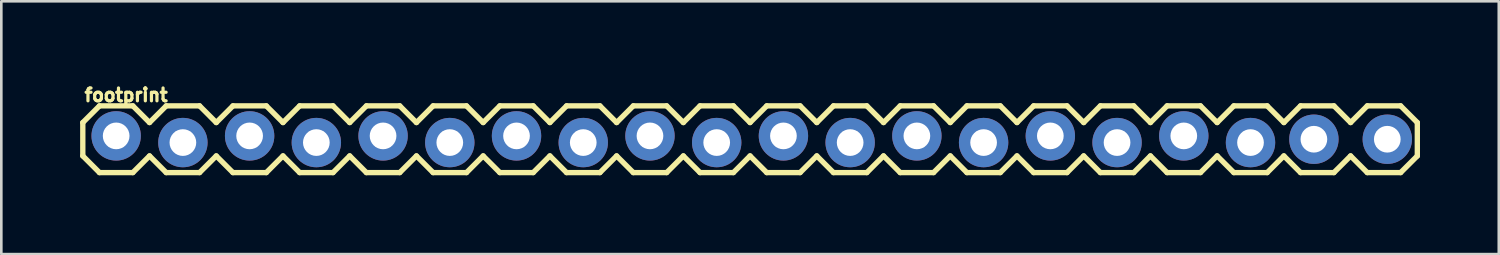
<source format=kicad_pcb>
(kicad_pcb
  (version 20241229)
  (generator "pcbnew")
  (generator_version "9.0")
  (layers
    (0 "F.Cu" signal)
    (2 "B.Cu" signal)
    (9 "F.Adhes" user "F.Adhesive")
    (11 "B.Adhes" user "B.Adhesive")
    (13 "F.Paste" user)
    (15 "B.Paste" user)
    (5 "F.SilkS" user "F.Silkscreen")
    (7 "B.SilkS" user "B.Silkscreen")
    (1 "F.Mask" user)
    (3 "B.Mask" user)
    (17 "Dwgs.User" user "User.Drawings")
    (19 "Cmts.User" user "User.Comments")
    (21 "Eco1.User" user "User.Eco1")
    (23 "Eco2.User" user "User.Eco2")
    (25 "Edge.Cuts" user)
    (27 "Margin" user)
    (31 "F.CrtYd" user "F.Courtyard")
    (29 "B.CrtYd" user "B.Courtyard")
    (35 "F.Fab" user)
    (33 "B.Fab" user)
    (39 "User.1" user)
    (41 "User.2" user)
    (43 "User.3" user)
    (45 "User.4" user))
  (footprint "footprint"
    (layer "F.Cu")
    (at 1.372 2.25)
    (property "Reference" "footprint" (at -1.27 -1.397 0) (layer "F.SilkS") (effects (font (size 0.488 0.488) (thickness 0.122)) (justify left bottom)))
    (fp_line (start -1.27 -0.635) (end -1.27 0.635) (stroke (width 0.203) (type solid)) (layer "F.SilkS"))
    (fp_line (start -1.27 0.635) (end -0.635 1.27) (stroke (width 0.203) (type solid)) (layer "F.SilkS"))
    (fp_line (start -0.635 -1.27) (end -1.27 -0.635) (stroke (width 0.203) (type solid)) (layer "F.SilkS"))
    (fp_line (start -0.635 -1.27) (end 0.635 -1.27) (stroke (width 0.203) (type solid)) (layer "F.SilkS"))
    (fp_line (start 0.635 -1.27) (end 1.27 -0.635) (stroke (width 0.203) (type solid)) (layer "F.SilkS"))
    (fp_line (start 0.635 1.27) (end -0.635 1.27) (stroke (width 0.203) (type solid)) (layer "F.SilkS"))
    (fp_line (start 1.27 -0.635) (end 1.905 -1.27) (stroke (width 0.203) (type solid)) (layer "F.SilkS"))
    (fp_line (start 1.27 0.635) (end 0.635 1.27) (stroke (width 0.203) (type solid)) (layer "F.SilkS"))
    (fp_line (start 1.905 -1.27) (end 3.175 -1.27) (stroke (width 0.203) (type solid)) (layer "F.SilkS"))
    (fp_line (start 1.905 1.27) (end 1.27 0.635) (stroke (width 0.203) (type solid)) (layer "F.SilkS"))
    (fp_line (start 3.175 -1.27) (end 3.81 -0.635) (stroke (width 0.203) (type solid)) (layer "F.SilkS"))
    (fp_line (start 3.175 1.27) (end 1.905 1.27) (stroke (width 0.203) (type solid)) (layer "F.SilkS"))
    (fp_line (start 3.81 -0.635) (end 4.445 -1.27) (stroke (width 0.203) (type solid)) (layer "F.SilkS"))
    (fp_line (start 3.81 0.635) (end 3.175 1.27) (stroke (width 0.203) (type solid)) (layer "F.SilkS"))
    (fp_line (start 4.445 -1.27) (end 5.715 -1.27) (stroke (width 0.203) (type solid)) (layer "F.SilkS"))
    (fp_line (start 4.445 1.27) (end 3.81 0.635) (stroke (width 0.203) (type solid)) (layer "F.SilkS"))
    (fp_line (start 5.715 -1.27) (end 6.35 -0.635) (stroke (width 0.203) (type solid)) (layer "F.SilkS"))
    (fp_line (start 5.715 1.27) (end 4.445 1.27) (stroke (width 0.203) (type solid)) (layer "F.SilkS"))
    (fp_line (start 6.35 0.635) (end 5.715 1.27) (stroke (width 0.203) (type solid)) (layer "F.SilkS"))
    (fp_line (start 6.35 0.635) (end 6.985 1.27) (stroke (width 0.203) (type solid)) (layer "F.SilkS"))
    (fp_line (start 6.985 -1.27) (end 6.35 -0.635) (stroke (width 0.203) (type solid)) (layer "F.SilkS"))
    (fp_line (start 6.985 -1.27) (end 8.255 -1.27) (stroke (width 0.203) (type solid)) (layer "F.SilkS"))
    (fp_line (start 8.255 -1.27) (end 8.89 -0.635) (stroke (width 0.203) (type solid)) (layer "F.SilkS"))
    (fp_line (start 8.255 1.27) (end 6.985 1.27) (stroke (width 0.203) (type solid)) (layer "F.SilkS"))
    (fp_line (start 8.89 -0.635) (end 9.525 -1.27) (stroke (width 0.203) (type solid)) (layer "F.SilkS"))
    (fp_line (start 8.89 0.635) (end 8.255 1.27) (stroke (width 0.203) (type solid)) (layer "F.SilkS"))
    (fp_line (start 9.525 -1.27) (end 10.795 -1.27) (stroke (width 0.203) (type solid)) (layer "F.SilkS"))
    (fp_line (start 9.525 1.27) (end 8.89 0.635) (stroke (width 0.203) (type solid)) (layer "F.SilkS"))
    (fp_line (start 10.795 -1.27) (end 11.43 -0.635) (stroke (width 0.203) (type solid)) (layer "F.SilkS"))
    (fp_line (start 10.795 1.27) (end 9.525 1.27) (stroke (width 0.203) (type solid)) (layer "F.SilkS"))
    (fp_line (start 11.43 -0.635) (end 12.065 -1.27) (stroke (width 0.203) (type solid)) (layer "F.SilkS"))
    (fp_line (start 11.43 0.635) (end 10.795 1.27) (stroke (width 0.203) (type solid)) (layer "F.SilkS"))
    (fp_line (start 12.065 -1.27) (end 13.335 -1.27) (stroke (width 0.203) (type solid)) (layer "F.SilkS"))
    (fp_line (start 12.065 1.27) (end 11.43 0.635) (stroke (width 0.203) (type solid)) (layer "F.SilkS"))
    (fp_line (start 13.335 -1.27) (end 13.97 -0.635) (stroke (width 0.203) (type solid)) (layer "F.SilkS"))
    (fp_line (start 13.335 1.27) (end 12.065 1.27) (stroke (width 0.203) (type solid)) (layer "F.SilkS"))
    (fp_line (start 13.97 0.635) (end 13.335 1.27) (stroke (width 0.203) (type solid)) (layer "F.SilkS"))
    (fp_line (start 13.97 0.635) (end 14.605 1.27) (stroke (width 0.203) (type solid)) (layer "F.SilkS"))
    (fp_line (start 14.605 -1.27) (end 13.97 -0.635) (stroke (width 0.203) (type solid)) (layer "F.SilkS"))
    (fp_line (start 14.605 -1.27) (end 15.875 -1.27) (stroke (width 0.203) (type solid)) (layer "F.SilkS"))
    (fp_line (start 15.875 -1.27) (end 16.51 -0.635) (stroke (width 0.203) (type solid)) (layer "F.SilkS"))
    (fp_line (start 15.875 1.27) (end 14.605 1.27) (stroke (width 0.203) (type solid)) (layer "F.SilkS"))
    (fp_line (start 16.51 0.635) (end 15.875 1.27) (stroke (width 0.203) (type solid)) (layer "F.SilkS"))
    (fp_line (start 16.51 0.635) (end 17.145 1.27) (stroke (width 0.203) (type solid)) (layer "F.SilkS"))
    (fp_line (start 17.145 -1.27) (end 16.51 -0.635) (stroke (width 0.203) (type solid)) (layer "F.SilkS"))
    (fp_line (start 17.145 -1.27) (end 18.415 -1.27) (stroke (width 0.203) (type solid)) (layer "F.SilkS"))
    (fp_line (start 18.415 -1.27) (end 19.05 -0.635) (stroke (width 0.203) (type solid)) (layer "F.SilkS"))
    (fp_line (start 18.415 1.27) (end 17.145 1.27) (stroke (width 0.203) (type solid)) (layer "F.SilkS"))
    (fp_line (start 19.05 -0.635) (end 19.685 -1.27) (stroke (width 0.203) (type solid)) (layer "F.SilkS"))
    (fp_line (start 19.05 0.635) (end 18.415 1.27) (stroke (width 0.203) (type solid)) (layer "F.SilkS"))
    (fp_line (start 19.685 -1.27) (end 20.955 -1.27) (stroke (width 0.203) (type solid)) (layer "F.SilkS"))
    (fp_line (start 19.685 1.27) (end 19.05 0.635) (stroke (width 0.203) (type solid)) (layer "F.SilkS"))
    (fp_line (start 20.955 -1.27) (end 21.59 -0.635) (stroke (width 0.203) (type solid)) (layer "F.SilkS"))
    (fp_line (start 20.955 1.27) (end 19.685 1.27) (stroke (width 0.203) (type solid)) (layer "F.SilkS"))
    (fp_line (start 21.59 -0.635) (end 22.225 -1.27) (stroke (width 0.203) (type solid)) (layer "F.SilkS"))
    (fp_line (start 21.59 0.635) (end 20.955 1.27) (stroke (width 0.203) (type solid)) (layer "F.SilkS"))
    (fp_line (start 22.225 -1.27) (end 23.495 -1.27) (stroke (width 0.203) (type solid)) (layer "F.SilkS"))
    (fp_line (start 22.225 1.27) (end 21.59 0.635) (stroke (width 0.203) (type solid)) (layer "F.SilkS"))
    (fp_line (start 23.495 -1.27) (end 24.13 -0.635) (stroke (width 0.203) (type solid)) (layer "F.SilkS"))
    (fp_line (start 23.495 1.27) (end 22.225 1.27) (stroke (width 0.203) (type solid)) (layer "F.SilkS"))
    (fp_line (start 24.13 0.635) (end 23.495 1.27) (stroke (width 0.203) (type solid)) (layer "F.SilkS"))
    (fp_line (start 24.13 0.635) (end 24.765 1.27) (stroke (width 0.203) (type solid)) (layer "F.SilkS"))
    (fp_line (start 24.765 -1.27) (end 24.13 -0.635) (stroke (width 0.203) (type solid)) (layer "F.SilkS"))
    (fp_line (start 24.765 -1.27) (end 26.035 -1.27) (stroke (width 0.203) (type solid)) (layer "F.SilkS"))
    (fp_line (start 26.035 -1.27) (end 26.67 -0.635) (stroke (width 0.203) (type solid)) (layer "F.SilkS"))
    (fp_line (start 26.035 1.27) (end 24.765 1.27) (stroke (width 0.203) (type solid)) (layer "F.SilkS"))
    (fp_line (start 26.67 -0.635) (end 27.305 -1.27) (stroke (width 0.203) (type solid)) (layer "F.SilkS"))
    (fp_line (start 26.67 0.635) (end 26.035 1.27) (stroke (width 0.203) (type solid)) (layer "F.SilkS"))
    (fp_line (start 27.305 -1.27) (end 28.575 -1.27) (stroke (width 0.203) (type solid)) (layer "F.SilkS"))
    (fp_line (start 27.305 1.27) (end 26.67 0.635) (stroke (width 0.203) (type solid)) (layer "F.SilkS"))
    (fp_line (start 28.575 -1.27) (end 29.21 -0.635) (stroke (width 0.203) (type solid)) (layer "F.SilkS"))
    (fp_line (start 28.575 1.27) (end 27.305 1.27) (stroke (width 0.203) (type solid)) (layer "F.SilkS"))
    (fp_line (start 29.21 -0.635) (end 29.845 -1.27) (stroke (width 0.203) (type solid)) (layer "F.SilkS"))
    (fp_line (start 29.21 0.635) (end 28.575 1.27) (stroke (width 0.203) (type solid)) (layer "F.SilkS"))
    (fp_line (start 29.845 -1.27) (end 31.115 -1.27) (stroke (width 0.203) (type solid)) (layer "F.SilkS"))
    (fp_line (start 29.845 1.27) (end 29.21 0.635) (stroke (width 0.203) (type solid)) (layer "F.SilkS"))
    (fp_line (start 31.115 -1.27) (end 31.75 -0.635) (stroke (width 0.203) (type solid)) (layer "F.SilkS"))
    (fp_line (start 31.115 1.27) (end 29.845 1.27) (stroke (width 0.203) (type solid)) (layer "F.SilkS"))
    (fp_line (start 31.75 0.635) (end 31.115 1.27) (stroke (width 0.203) (type solid)) (layer "F.SilkS"))
    (fp_line (start 31.75 0.635) (end 32.385 1.27) (stroke (width 0.203) (type solid)) (layer "F.SilkS"))
    (fp_line (start 32.385 -1.27) (end 31.75 -0.635) (stroke (width 0.203) (type solid)) (layer "F.SilkS"))
    (fp_line (start 32.385 -1.27) (end 33.655 -1.27) (stroke (width 0.203) (type solid)) (layer "F.SilkS"))
    (fp_line (start 33.655 -1.27) (end 34.29 -0.635) (stroke (width 0.203) (type solid)) (layer "F.SilkS"))
    (fp_line (start 33.655 1.27) (end 32.385 1.27) (stroke (width 0.203) (type solid)) (layer "F.SilkS"))
    (fp_line (start 34.29 0.635) (end 33.655 1.27) (stroke (width 0.203) (type solid)) (layer "F.SilkS"))
    (fp_line (start 34.29 0.635) (end 34.925 1.27) (stroke (width 0.203) (type solid)) (layer "F.SilkS"))
    (fp_line (start 34.925 -1.27) (end 34.29 -0.635) (stroke (width 0.203) (type solid)) (layer "F.SilkS"))
    (fp_line (start 34.925 -1.27) (end 36.195 -1.27) (stroke (width 0.203) (type solid)) (layer "F.SilkS"))
    (fp_line (start 36.195 -1.27) (end 36.83 -0.635) (stroke (width 0.203) (type solid)) (layer "F.SilkS"))
    (fp_line (start 36.195 1.27) (end 34.925 1.27) (stroke (width 0.203) (type solid)) (layer "F.SilkS"))
    (fp_line (start 36.83 0.635) (end 36.195 1.27) (stroke (width 0.203) (type solid)) (layer "F.SilkS"))
    (fp_line (start 36.83 0.635) (end 37.465 1.27) (stroke (width 0.203) (type solid)) (layer "F.SilkS"))
    (fp_line (start 37.465 -1.27) (end 36.83 -0.635) (stroke (width 0.203) (type solid)) (layer "F.SilkS"))
    (fp_line (start 37.465 -1.27) (end 38.735 -1.27) (stroke (width 0.203) (type solid)) (layer "F.SilkS"))
    (fp_line (start 38.735 -1.27) (end 39.37 -0.635) (stroke (width 0.203) (type solid)) (layer "F.SilkS"))
    (fp_line (start 38.735 1.27) (end 37.465 1.27) (stroke (width 0.203) (type solid)) (layer "F.SilkS"))
    (fp_line (start 39.37 0.635) (end 38.735 1.27) (stroke (width 0.203) (type solid)) (layer "F.SilkS"))
    (fp_line (start 39.37 0.635) (end 40.005 1.27) (stroke (width 0.203) (type solid)) (layer "F.SilkS"))
    (fp_line (start 40.005 -1.27) (end 39.37 -0.635) (stroke (width 0.203) (type solid)) (layer "F.SilkS"))
    (fp_line (start 40.005 -1.27) (end 41.275 -1.27) (stroke (width 0.203) (type solid)) (layer "F.SilkS"))
    (fp_line (start 41.275 -1.27) (end 41.91 -0.635) (stroke (width 0.203) (type solid)) (layer "F.SilkS"))
    (fp_line (start 41.275 1.27) (end 40.005 1.27) (stroke (width 0.203) (type solid)) (layer "F.SilkS"))
    (fp_line (start 41.91 0.635) (end 41.275 1.27) (stroke (width 0.203) (type solid)) (layer "F.SilkS"))
    (fp_line (start 41.91 0.635) (end 42.545 1.27) (stroke (width 0.203) (type solid)) (layer "F.SilkS"))
    (fp_line (start 42.545 -1.27) (end 41.91 -0.635) (stroke (width 0.203) (type solid)) (layer "F.SilkS"))
    (fp_line (start 42.545 -1.27) (end 43.815 -1.27) (stroke (width 0.203) (type solid)) (layer "F.SilkS"))
    (fp_line (start 43.815 -1.27) (end 44.45 -0.635) (stroke (width 0.203) (type solid)) (layer "F.SilkS"))
    (fp_line (start 43.815 1.27) (end 42.545 1.27) (stroke (width 0.203) (type solid)) (layer "F.SilkS"))
    (fp_line (start 44.45 0.635) (end 43.815 1.27) (stroke (width 0.203) (type solid)) (layer "F.SilkS"))
    (fp_line (start 44.45 0.635) (end 45.085 1.27) (stroke (width 0.203) (type solid)) (layer "F.SilkS"))
    (fp_line (start 45.085 -1.27) (end 44.45 -0.635) (stroke (width 0.203) (type solid)) (layer "F.SilkS"))
    (fp_line (start 45.085 -1.27) (end 46.355 -1.27) (stroke (width 0.203) (type solid)) (layer "F.SilkS"))
    (fp_line (start 46.355 -1.27) (end 46.99 -0.635) (stroke (width 0.203) (type solid)) (layer "F.SilkS"))
    (fp_line (start 46.355 1.27) (end 45.085 1.27) (stroke (width 0.203) (type solid)) (layer "F.SilkS"))
    (fp_line (start 46.99 0.635) (end 46.355 1.27) (stroke (width 0.203) (type solid)) (layer "F.SilkS"))
    (fp_line (start 46.99 0.635) (end 47.625 1.27) (stroke (width 0.203) (type solid)) (layer "F.SilkS"))
    (fp_line (start 47.625 -1.27) (end 46.99 -0.635) (stroke (width 0.203) (type solid)) (layer "F.SilkS"))
    (fp_line (start 47.625 -1.27) (end 48.895 -1.27) (stroke (width 0.203) (type solid)) (layer "F.SilkS"))
    (fp_line (start 48.895 -1.27) (end 49.53 -0.635) (stroke (width 0.203) (type solid)) (layer "F.SilkS"))
    (fp_line (start 48.895 1.27) (end 47.625 1.27) (stroke (width 0.203) (type solid)) (layer "F.SilkS"))
    (fp_line (start 49.53 -0.635) (end 49.53 0.635) (stroke (width 0.203) (type solid)) (layer "F.SilkS"))
    (fp_line (start 49.53 0.635) (end 48.895 1.27) (stroke (width 0.203) (type solid)) (layer "F.SilkS"))
    (fp_poly (pts (xy -0.254 0.254) (xy 0.254 0.254) (xy 0.254 -0.254) (xy -0.254 -0.254)) (stroke (width 0.1) (type solid)) (fill no) (layer "F.Fab"))
    (fp_poly (pts (xy 2.286 0.254) (xy 2.794 0.254) (xy 2.794 -0.254) (xy 2.286 -0.254)) (stroke (width 0.1) (type solid)) (fill no) (layer "F.Fab"))
    (fp_poly (pts (xy 4.826 0.254) (xy 5.334 0.254) (xy 5.334 -0.254) (xy 4.826 -0.254)) (stroke (width 0.1) (type solid)) (fill no) (layer "F.Fab"))
    (fp_poly (pts (xy 7.366 0.254) (xy 7.874 0.254) (xy 7.874 -0.254) (xy 7.366 -0.254)) (stroke (width 0.1) (type solid)) (fill no) (layer "F.Fab"))
    (fp_poly (pts (xy 9.906 0.254) (xy 10.414 0.254) (xy 10.414 -0.254) (xy 9.906 -0.254)) (stroke (width 0.1) (type solid)) (fill no) (layer "F.Fab"))
    (fp_poly (pts (xy 12.446 0.254) (xy 12.954 0.254) (xy 12.954 -0.254) (xy 12.446 -0.254)) (stroke (width 0.1) (type solid)) (fill no) (layer "F.Fab"))
    (fp_poly (pts (xy 14.986 0.254) (xy 15.494 0.254) (xy 15.494 -0.254) (xy 14.986 -0.254)) (stroke (width 0.1) (type solid)) (fill no) (layer "F.Fab"))
    (fp_poly (pts (xy 17.526 0.254) (xy 18.034 0.254) (xy 18.034 -0.254) (xy 17.526 -0.254)) (stroke (width 0.1) (type solid)) (fill no) (layer "F.Fab"))
    (fp_poly (pts (xy 20.066 0.254) (xy 20.574 0.254) (xy 20.574 -0.254) (xy 20.066 -0.254)) (stroke (width 0.1) (type solid)) (fill no) (layer "F.Fab"))
    (fp_poly (pts (xy 22.606 0.254) (xy 23.114 0.254) (xy 23.114 -0.254) (xy 22.606 -0.254)) (stroke (width 0.1) (type solid)) (fill no) (layer "F.Fab"))
    (fp_poly (pts (xy 25.146 0.254) (xy 25.654 0.254) (xy 25.654 -0.254) (xy 25.146 -0.254)) (stroke (width 0.1) (type solid)) (fill no) (layer "F.Fab"))
    (fp_poly (pts (xy 27.686 0.254) (xy 28.194 0.254) (xy 28.194 -0.254) (xy 27.686 -0.254)) (stroke (width 0.1) (type solid)) (fill no) (layer "F.Fab"))
    (fp_poly (pts (xy 30.226 0.254) (xy 30.734 0.254) (xy 30.734 -0.254) (xy 30.226 -0.254)) (stroke (width 0.1) (type solid)) (fill no) (layer "F.Fab"))
    (fp_poly (pts (xy 32.766 0.254) (xy 33.274 0.254) (xy 33.274 -0.254) (xy 32.766 -0.254)) (stroke (width 0.1) (type solid)) (fill no) (layer "F.Fab"))
    (fp_poly (pts (xy 35.306 0.254) (xy 35.814 0.254) (xy 35.814 -0.254) (xy 35.306 -0.254)) (stroke (width 0.1) (type solid)) (fill no) (layer "F.Fab"))
    (fp_poly (pts (xy 37.846 0.254) (xy 38.354 0.254) (xy 38.354 -0.254) (xy 37.846 -0.254)) (stroke (width 0.1) (type solid)) (fill no) (layer "F.Fab"))
    (fp_poly (pts (xy 40.386 0.254) (xy 40.894 0.254) (xy 40.894 -0.254) (xy 40.386 -0.254)) (stroke (width 0.1) (type solid)) (fill no) (layer "F.Fab"))
    (fp_poly (pts (xy 42.926 0.254) (xy 43.434 0.254) (xy 43.434 -0.254) (xy 42.926 -0.254)) (stroke (width 0.1) (type solid)) (fill no) (layer "F.Fab"))
    (fp_poly (pts (xy 45.466 0.254) (xy 45.974 0.254) (xy 45.974 -0.254) (xy 45.466 -0.254)) (stroke (width 0.1) (type solid)) (fill no) (layer "F.Fab"))
    (fp_poly (pts (xy 48.006 0.254) (xy 48.514 0.254) (xy 48.514 -0.254) (xy 48.006 -0.254)) (stroke (width 0.1) (type solid)) (fill no) (layer "F.Fab"))
    (pad "1" thru_hole circle (at 0 -0.127 90) (size 1.88 1.88) (drill 1.016) (layers "*.Cu" "*.Mask"))
    (pad "2" thru_hole circle (at 2.54 0.127 90) (size 1.88 1.88) (drill 1.016) (layers "*.Cu" "*.Mask"))
    (pad "3" thru_hole circle (at 5.08 -0.127 90) (size 1.88 1.88) (drill 1.016) (layers "*.Cu" "*.Mask"))
    (pad "4" thru_hole circle (at 7.62 0.127 90) (size 1.88 1.88) (drill 1.016) (layers "*.Cu" "*.Mask"))
    (pad "5" thru_hole circle (at 10.16 -0.127 90) (size 1.88 1.88) (drill 1.016) (layers "*.Cu" "*.Mask"))
    (pad "6" thru_hole circle (at 12.7 0.127 90) (size 1.88 1.88) (drill 1.016) (layers "*.Cu" "*.Mask"))
    (pad "7" thru_hole circle (at 15.24 -0.127 90) (size 1.88 1.88) (drill 1.016) (layers "*.Cu" "*.Mask"))
    (pad "8" thru_hole circle (at 17.78 0.127 90) (size 1.88 1.88) (drill 1.016) (layers "*.Cu" "*.Mask"))
    (pad "9" thru_hole circle (at 20.32 -0.127 90) (size 1.88 1.88) (drill 1.016) (layers "*.Cu" "*.Mask"))
    (pad "10" thru_hole circle (at 22.86 0.127 90) (size 1.88 1.88) (drill 1.016) (layers "*.Cu" "*.Mask"))
    (pad "11" thru_hole circle (at 25.4 -0.127 90) (size 1.88 1.88) (drill 1.016) (layers "*.Cu" "*.Mask"))
    (pad "12" thru_hole circle (at 27.94 0.127 90) (size 1.88 1.88) (drill 1.016) (layers "*.Cu" "*.Mask"))
    (pad "13" thru_hole circle (at 30.48 -0.127 90) (size 1.88 1.88) (drill 1.016) (layers "*.Cu" "*.Mask"))
    (pad "14" thru_hole circle (at 33.02 0.127 90) (size 1.88 1.88) (drill 1.016) (layers "*.Cu" "*.Mask"))
    (pad "15" thru_hole circle (at 35.56 -0.127 90) (size 1.88 1.88) (drill 1.016) (layers "*.Cu" "*.Mask"))
    (pad "16" thru_hole circle (at 38.1 0.127 90) (size 1.88 1.88) (drill 1.016) (layers "*.Cu" "*.Mask"))
    (pad "17" thru_hole circle (at 40.64 -0.127 90) (size 1.88 1.88) (drill 1.016) (layers "*.Cu" "*.Mask"))
    (pad "18" thru_hole circle (at 43.18 0.127 90) (size 1.88 1.88) (drill 1.016) (layers "*.Cu" "*.Mask"))
    (pad "19" thru_hole circle (at 45.593 0 90) (size 1.88 1.88) (drill 1.016) (layers "*.Cu" "*.Mask"))
    (pad "20" thru_hole circle (at 48.387 0 90) (size 1.88 1.88) (drill 1.016) (layers "*.Cu" "*.Mask")))
  (gr_rect
    (start -3 -3)
    (end 54.003 6.622)
    (stroke (width 0.1) (type default))
    (fill no)
    (layer "Edge.Cuts")))
</source>
